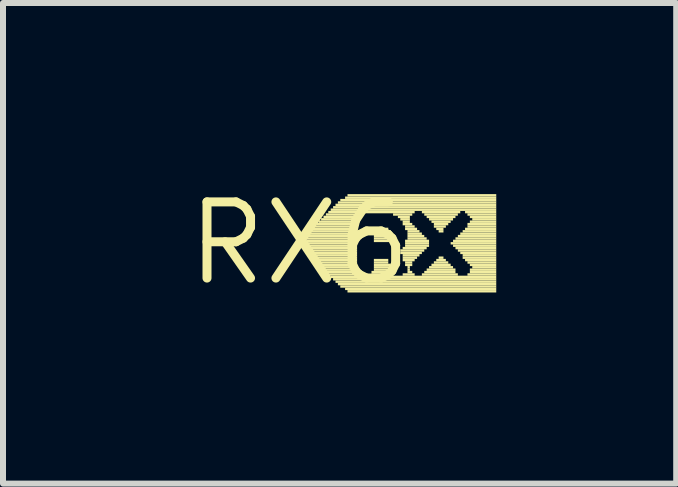
<source format=kicad_pcb>
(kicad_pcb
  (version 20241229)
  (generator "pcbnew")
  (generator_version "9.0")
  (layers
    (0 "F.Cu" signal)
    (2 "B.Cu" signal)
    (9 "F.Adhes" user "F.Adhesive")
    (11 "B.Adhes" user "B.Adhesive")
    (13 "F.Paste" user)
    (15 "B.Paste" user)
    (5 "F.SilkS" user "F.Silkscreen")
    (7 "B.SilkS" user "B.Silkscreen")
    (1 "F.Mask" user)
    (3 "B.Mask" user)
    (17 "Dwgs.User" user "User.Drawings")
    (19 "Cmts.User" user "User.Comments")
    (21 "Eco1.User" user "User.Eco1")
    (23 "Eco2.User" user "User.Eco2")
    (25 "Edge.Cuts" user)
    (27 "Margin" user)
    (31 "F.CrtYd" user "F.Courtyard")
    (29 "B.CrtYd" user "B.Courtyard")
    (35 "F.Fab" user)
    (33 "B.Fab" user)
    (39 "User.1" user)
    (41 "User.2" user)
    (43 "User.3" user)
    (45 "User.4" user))
  (footprint "RX6"
    (layer "F.Cu")
    (at 1.943 1.006)
    (property "Reference" "RX6" (at 0 0 0) (layer "F.SilkS") (effects (font (size 1.27 1.27) (thickness 0.15))))
    (attr through_hole)
    (fp_poly (pts (xy 0.12 -0.1) (xy 0.96 -0.1) (xy 0.96 -0.14) (xy 0.12 -0.14)) (stroke (width 0) (type solid)) (fill yes) (layer "F.SilkS"))
    (fp_poly (pts (xy 0.12 -0.06) (xy 0.96 -0.06) (xy 0.96 -0.1) (xy 0.12 -0.1)) (stroke (width 0) (type solid)) (fill yes) (layer "F.SilkS"))
    (fp_poly (pts (xy 0.12 -0.02) (xy 0.96 -0.02) (xy 0.96 -0.06) (xy 0.12 -0.06)) (stroke (width 0) (type solid)) (fill yes) (layer "F.SilkS"))
    (fp_poly (pts (xy 0.12 0.02) (xy 0.96 0.02) (xy 0.96 -0.02) (xy 0.12 -0.02)) (stroke (width 0) (type solid)) (fill yes) (layer "F.SilkS"))
    (fp_poly (pts (xy 0.12 0.06) (xy 0.96 0.06) (xy 0.96 0.02) (xy 0.12 0.02)) (stroke (width 0) (type solid)) (fill yes) (layer "F.SilkS"))
    (fp_poly (pts (xy 0.12 0.1) (xy 0.96 0.1) (xy 0.96 0.06) (xy 0.12 0.06)) (stroke (width 0) (type solid)) (fill yes) (layer "F.SilkS"))
    (fp_poly (pts (xy 0.12 0.14) (xy 0.96 0.14) (xy 0.96 0.1) (xy 0.12 0.1)) (stroke (width 0) (type solid)) (fill yes) (layer "F.SilkS"))
    (fp_poly (pts (xy 0.16 -0.14) (xy 0.96 -0.14) (xy 0.96 -0.18) (xy 0.16 -0.18)) (stroke (width 0) (type solid)) (fill yes) (layer "F.SilkS"))
    (fp_poly (pts (xy 0.16 0.18) (xy 0.96 0.18) (xy 0.96 0.14) (xy 0.16 0.14)) (stroke (width 0) (type solid)) (fill yes) (layer "F.SilkS"))
    (fp_poly (pts (xy 0.2 -0.22) (xy 0.96 -0.22) (xy 0.96 -0.26) (xy 0.2 -0.26)) (stroke (width 0) (type solid)) (fill yes) (layer "F.SilkS"))
    (fp_poly (pts (xy 0.2 -0.18) (xy 0.96 -0.18) (xy 0.96 -0.22) (xy 0.2 -0.22)) (stroke (width 0) (type solid)) (fill yes) (layer "F.SilkS"))
    (fp_poly (pts (xy 0.2 0.22) (xy 0.96 0.22) (xy 0.96 0.18) (xy 0.2 0.18)) (stroke (width 0) (type solid)) (fill yes) (layer "F.SilkS"))
    (fp_poly (pts (xy 0.2 0.26) (xy 0.96 0.26) (xy 0.96 0.22) (xy 0.2 0.22)) (stroke (width 0) (type solid)) (fill yes) (layer "F.SilkS"))
    (fp_poly (pts (xy 0.24 -0.26) (xy 0.96 -0.26) (xy 0.96 -0.3) (xy 0.24 -0.3)) (stroke (width 0) (type solid)) (fill yes) (layer "F.SilkS"))
    (fp_poly (pts (xy 0.24 0.3) (xy 0.96 0.3) (xy 0.96 0.26) (xy 0.24 0.26)) (stroke (width 0) (type solid)) (fill yes) (layer "F.SilkS"))
    (fp_poly (pts (xy 0.28 -0.3) (xy 0.96 -0.3) (xy 0.96 -0.34) (xy 0.28 -0.34)) (stroke (width 0) (type solid)) (fill yes) (layer "F.SilkS"))
    (fp_poly (pts (xy 0.28 0.34) (xy 0.96 0.34) (xy 0.96 0.3) (xy 0.28 0.3)) (stroke (width 0) (type solid)) (fill yes) (layer "F.SilkS"))
    (fp_poly (pts (xy 0.32 -0.34) (xy 0.96 -0.34) (xy 0.96 -0.38) (xy 0.32 -0.38)) (stroke (width 0) (type solid)) (fill yes) (layer "F.SilkS"))
    (fp_poly (pts (xy 0.32 0.38) (xy 0.96 0.38) (xy 0.96 0.34) (xy 0.32 0.34)) (stroke (width 0) (type solid)) (fill yes) (layer "F.SilkS"))
    (fp_poly (pts (xy 0.36 -0.38) (xy 0.96 -0.38) (xy 0.96 -0.42) (xy 0.36 -0.42)) (stroke (width 0) (type solid)) (fill yes) (layer "F.SilkS"))
    (fp_poly (pts (xy 0.36 0.42) (xy 0.96 0.42) (xy 0.96 0.38) (xy 0.36 0.38)) (stroke (width 0) (type solid)) (fill yes) (layer "F.SilkS"))
    (fp_poly (pts (xy 0.4 -0.42) (xy 0.96 -0.42) (xy 0.96 -0.46) (xy 0.4 -0.46)) (stroke (width 0) (type solid)) (fill yes) (layer "F.SilkS"))
    (fp_poly (pts (xy 0.4 0.46) (xy 0.96 0.46) (xy 0.96 0.42) (xy 0.4 0.42)) (stroke (width 0) (type solid)) (fill yes) (layer "F.SilkS"))
    (fp_poly (pts (xy 0.44 -0.46) (xy 1 -0.46) (xy 1 -0.5) (xy 0.44 -0.5)) (stroke (width 0) (type solid)) (fill yes) (layer "F.SilkS"))
    (fp_poly (pts (xy 0.44 0.5) (xy 1 0.5) (xy 1 0.46) (xy 0.44 0.46)) (stroke (width 0) (type solid)) (fill yes) (layer "F.SilkS"))
    (fp_poly (pts (xy 0.48 -0.5) (xy 1.92 -0.5) (xy 1.92 -0.54) (xy 0.48 -0.54)) (stroke (width 0) (type solid)) (fill yes) (layer "F.SilkS"))
    (fp_poly (pts (xy 0.48 0.54) (xy 1 0.54) (xy 1 0.5) (xy 0.48 0.5)) (stroke (width 0) (type solid)) (fill yes) (layer "F.SilkS"))
    (fp_poly (pts (xy 0.52 -0.54) (xy 3.28 -0.54) (xy 3.28 -0.58) (xy 0.52 -0.58)) (stroke (width 0) (type solid)) (fill yes) (layer "F.SilkS"))
    (fp_poly (pts (xy 0.52 0.58) (xy 3.28 0.58) (xy 3.28 0.54) (xy 0.52 0.54)) (stroke (width 0) (type solid)) (fill yes) (layer "F.SilkS"))
    (fp_poly (pts (xy 0.56 -0.58) (xy 3.28 -0.58) (xy 3.28 -0.62) (xy 0.56 -0.62)) (stroke (width 0) (type solid)) (fill yes) (layer "F.SilkS"))
    (fp_poly (pts (xy 0.56 0.62) (xy 3.28 0.62) (xy 3.28 0.58) (xy 0.56 0.58)) (stroke (width 0) (type solid)) (fill yes) (layer "F.SilkS"))
    (fp_poly (pts (xy 0.6 -0.62) (xy 3.28 -0.62) (xy 3.28 -0.66) (xy 0.6 -0.66)) (stroke (width 0) (type solid)) (fill yes) (layer "F.SilkS"))
    (fp_poly (pts (xy 0.6 0.66) (xy 3.28 0.66) (xy 3.28 0.62) (xy 0.6 0.62)) (stroke (width 0) (type solid)) (fill yes) (layer "F.SilkS"))
    (fp_poly (pts (xy 0.64 -0.66) (xy 3.28 -0.66) (xy 3.28 -0.7) (xy 0.64 -0.7)) (stroke (width 0) (type solid)) (fill yes) (layer "F.SilkS"))
    (fp_poly (pts (xy 0.64 0.7) (xy 3.28 0.7) (xy 3.28 0.66) (xy 0.64 0.66)) (stroke (width 0) (type solid)) (fill yes) (layer "F.SilkS"))
    (fp_poly (pts (xy 0.68 -0.7) (xy 3.28 -0.7) (xy 3.28 -0.74) (xy 0.68 -0.74)) (stroke (width 0) (type solid)) (fill yes) (layer "F.SilkS"))
    (fp_poly (pts (xy 0.68 0.74) (xy 3.28 0.74) (xy 3.28 0.7) (xy 0.68 0.7)) (stroke (width 0) (type solid)) (fill yes) (layer "F.SilkS"))
    (fp_poly (pts (xy 0.76 -0.74) (xy 3.28 -0.74) (xy 3.28 -0.78) (xy 0.76 -0.78)) (stroke (width 0) (type solid)) (fill yes) (layer "F.SilkS"))
    (fp_poly (pts (xy 0.76 0.78) (xy 3.28 0.78) (xy 3.28 0.74) (xy 0.76 0.74)) (stroke (width 0) (type solid)) (fill yes) (layer "F.SilkS"))
    (fp_poly (pts (xy 0.8 -0.78) (xy 3.28 -0.78) (xy 3.28 -0.82) (xy 0.8 -0.82)) (stroke (width 0) (type solid)) (fill yes) (layer "F.SilkS"))
    (fp_poly (pts (xy 0.8 0.82) (xy 3.28 0.82) (xy 3.28 0.78) (xy 0.8 0.78)) (stroke (width 0) (type solid)) (fill yes) (layer "F.SilkS"))
    (fp_poly (pts (xy 1.2 0.5) (xy 1.56 0.5) (xy 1.56 0.46) (xy 1.2 0.46)) (stroke (width 0) (type solid)) (fill yes) (layer "F.SilkS"))
    (fp_poly (pts (xy 1.2 0.54) (xy 1.56 0.54) (xy 1.56 0.5) (xy 1.2 0.5)) (stroke (width 0) (type solid)) (fill yes) (layer "F.SilkS"))
    (fp_poly (pts (xy 1.24 -0.22) (xy 1.48 -0.22) (xy 1.48 -0.26) (xy 1.24 -0.26)) (stroke (width 0) (type solid)) (fill yes) (layer "F.SilkS"))
    (fp_poly (pts (xy 1.24 -0.18) (xy 1.52 -0.18) (xy 1.52 -0.22) (xy 1.24 -0.22)) (stroke (width 0) (type solid)) (fill yes) (layer "F.SilkS"))
    (fp_poly (pts (xy 1.24 -0.14) (xy 1.52 -0.14) (xy 1.52 -0.18) (xy 1.24 -0.18)) (stroke (width 0) (type solid)) (fill yes) (layer "F.SilkS"))
    (fp_poly (pts (xy 1.24 -0.1) (xy 1.52 -0.1) (xy 1.52 -0.14) (xy 1.24 -0.14)) (stroke (width 0) (type solid)) (fill yes) (layer "F.SilkS"))
    (fp_poly (pts (xy 1.24 -0.06) (xy 1.52 -0.06) (xy 1.52 -0.1) (xy 1.24 -0.1)) (stroke (width 0) (type solid)) (fill yes) (layer "F.SilkS"))
    (fp_poly (pts (xy 1.24 -0.02) (xy 1.52 -0.02) (xy 1.52 -0.06) (xy 1.24 -0.06)) (stroke (width 0) (type solid)) (fill yes) (layer "F.SilkS"))
    (fp_poly (pts (xy 1.24 0.3) (xy 1.48 0.3) (xy 1.48 0.26) (xy 1.24 0.26)) (stroke (width 0) (type solid)) (fill yes) (layer "F.SilkS"))
    (fp_poly (pts (xy 1.24 0.34) (xy 1.48 0.34) (xy 1.48 0.3) (xy 1.24 0.3)) (stroke (width 0) (type solid)) (fill yes) (layer "F.SilkS"))
    (fp_poly (pts (xy 1.24 0.38) (xy 1.52 0.38) (xy 1.52 0.34) (xy 1.24 0.34)) (stroke (width 0) (type solid)) (fill yes) (layer "F.SilkS"))
    (fp_poly (pts (xy 1.24 0.42) (xy 1.52 0.42) (xy 1.52 0.38) (xy 1.24 0.38)) (stroke (width 0) (type solid)) (fill yes) (layer "F.SilkS"))
    (fp_poly (pts (xy 1.24 0.46) (xy 1.52 0.46) (xy 1.52 0.42) (xy 1.24 0.42)) (stroke (width 0) (type solid)) (fill yes) (layer "F.SilkS"))
    (fp_poly (pts (xy 1.56 -0.46) (xy 1.88 -0.46) (xy 1.88 -0.5) (xy 1.56 -0.5)) (stroke (width 0) (type solid)) (fill yes) (layer "F.SilkS"))
    (fp_poly (pts (xy 1.64 -0.42) (xy 1.84 -0.42) (xy 1.84 -0.46) (xy 1.64 -0.46)) (stroke (width 0) (type solid)) (fill yes) (layer "F.SilkS"))
    (fp_poly (pts (xy 1.68 -0.38) (xy 1.84 -0.38) (xy 1.84 -0.42) (xy 1.68 -0.42)) (stroke (width 0) (type solid)) (fill yes) (layer "F.SilkS"))
    (fp_poly (pts (xy 1.68 0.14) (xy 2.08 0.14) (xy 2.08 0.1) (xy 1.68 0.1)) (stroke (width 0) (type solid)) (fill yes) (layer "F.SilkS"))
    (fp_poly (pts (xy 1.68 0.18) (xy 2.04 0.18) (xy 2.04 0.14) (xy 1.68 0.14)) (stroke (width 0) (type solid)) (fill yes) (layer "F.SilkS"))
    (fp_poly (pts (xy 1.72 -0.34) (xy 1.84 -0.34) (xy 1.84 -0.38) (xy 1.72 -0.38)) (stroke (width 0) (type solid)) (fill yes) (layer "F.SilkS"))
    (fp_poly (pts (xy 1.72 -0.3) (xy 1.88 -0.3) (xy 1.88 -0.34) (xy 1.72 -0.34)) (stroke (width 0) (type solid)) (fill yes) (layer "F.SilkS"))
    (fp_poly (pts (xy 1.72 0.1) (xy 2.12 0.1) (xy 2.12 0.06) (xy 1.72 0.06)) (stroke (width 0) (type solid)) (fill yes) (layer "F.SilkS"))
    (fp_poly (pts (xy 1.72 0.22) (xy 2 0.22) (xy 2 0.18) (xy 1.72 0.18)) (stroke (width 0) (type solid)) (fill yes) (layer "F.SilkS"))
    (fp_poly (pts (xy 1.72 0.26) (xy 1.96 0.26) (xy 1.96 0.22) (xy 1.72 0.22)) (stroke (width 0) (type solid)) (fill yes) (layer "F.SilkS"))
    (fp_poly (pts (xy 1.72 0.3) (xy 1.92 0.3) (xy 1.92 0.26) (xy 1.72 0.26)) (stroke (width 0) (type solid)) (fill yes) (layer "F.SilkS"))
    (fp_poly (pts (xy 1.72 0.54) (xy 1.92 0.54) (xy 1.92 0.5) (xy 1.72 0.5)) (stroke (width 0) (type solid)) (fill yes) (layer "F.SilkS"))
    (fp_poly (pts (xy 1.76 -0.26) (xy 1.92 -0.26) (xy 1.92 -0.3) (xy 1.76 -0.3)) (stroke (width 0) (type solid)) (fill yes) (layer "F.SilkS"))
    (fp_poly (pts (xy 1.76 -0.22) (xy 1.96 -0.22) (xy 1.96 -0.26) (xy 1.76 -0.26)) (stroke (width 0) (type solid)) (fill yes) (layer "F.SilkS"))
    (fp_poly (pts (xy 1.76 -0.02) (xy 2.16 -0.02) (xy 2.16 -0.06) (xy 1.76 -0.06)) (stroke (width 0) (type solid)) (fill yes) (layer "F.SilkS"))
    (fp_poly (pts (xy 1.76 0.02) (xy 2.16 0.02) (xy 2.16 -0.02) (xy 1.76 -0.02)) (stroke (width 0) (type solid)) (fill yes) (layer "F.SilkS"))
    (fp_poly (pts (xy 1.76 0.06) (xy 2.16 0.06) (xy 2.16 0.02) (xy 1.76 0.02)) (stroke (width 0) (type solid)) (fill yes) (layer "F.SilkS"))
    (fp_poly (pts (xy 1.76 0.34) (xy 1.88 0.34) (xy 1.88 0.3) (xy 1.76 0.3)) (stroke (width 0) (type solid)) (fill yes) (layer "F.SilkS"))
    (fp_poly (pts (xy 1.76 0.38) (xy 1.88 0.38) (xy 1.88 0.34) (xy 1.76 0.34)) (stroke (width 0) (type solid)) (fill yes) (layer "F.SilkS"))
    (fp_poly (pts (xy 1.8 -0.18) (xy 2 -0.18) (xy 2 -0.22) (xy 1.8 -0.22)) (stroke (width 0) (type solid)) (fill yes) (layer "F.SilkS"))
    (fp_poly (pts (xy 1.8 -0.14) (xy 2.04 -0.14) (xy 2.04 -0.18) (xy 1.8 -0.18)) (stroke (width 0) (type solid)) (fill yes) (layer "F.SilkS"))
    (fp_poly (pts (xy 1.8 -0.1) (xy 2.08 -0.1) (xy 2.08 -0.14) (xy 1.8 -0.14)) (stroke (width 0) (type solid)) (fill yes) (layer "F.SilkS"))
    (fp_poly (pts (xy 1.8 -0.06) (xy 2.12 -0.06) (xy 2.12 -0.1) (xy 1.8 -0.1)) (stroke (width 0) (type solid)) (fill yes) (layer "F.SilkS"))
    (fp_poly (pts (xy 1.8 0.42) (xy 1.84 0.42) (xy 1.84 0.38) (xy 1.8 0.38)) (stroke (width 0) (type solid)) (fill yes) (layer "F.SilkS"))
    (fp_poly (pts (xy 1.8 0.46) (xy 1.84 0.46) (xy 1.84 0.42) (xy 1.8 0.42)) (stroke (width 0) (type solid)) (fill yes) (layer "F.SilkS"))
    (fp_poly (pts (xy 1.8 0.5) (xy 1.88 0.5) (xy 1.88 0.46) (xy 1.8 0.46)) (stroke (width 0) (type solid)) (fill yes) (layer "F.SilkS"))
    (fp_poly (pts (xy 2.04 -0.5) (xy 2.68 -0.5) (xy 2.68 -0.54) (xy 2.04 -0.54)) (stroke (width 0) (type solid)) (fill yes) (layer "F.SilkS"))
    (fp_poly (pts (xy 2.04 0.54) (xy 2.64 0.54) (xy 2.64 0.5) (xy 2.04 0.5)) (stroke (width 0) (type solid)) (fill yes) (layer "F.SilkS"))
    (fp_poly (pts (xy 2.08 -0.46) (xy 2.64 -0.46) (xy 2.64 -0.5) (xy 2.08 -0.5)) (stroke (width 0) (type solid)) (fill yes) (layer "F.SilkS"))
    (fp_poly (pts (xy 2.08 0.5) (xy 2.6 0.5) (xy 2.6 0.46) (xy 2.08 0.46)) (stroke (width 0) (type solid)) (fill yes) (layer "F.SilkS"))
    (fp_poly (pts (xy 2.12 -0.42) (xy 2.6 -0.42) (xy 2.6 -0.46) (xy 2.12 -0.46)) (stroke (width 0) (type solid)) (fill yes) (layer "F.SilkS"))
    (fp_poly (pts (xy 2.12 0.46) (xy 2.6 0.46) (xy 2.6 0.42) (xy 2.12 0.42)) (stroke (width 0) (type solid)) (fill yes) (layer "F.SilkS"))
    (fp_poly (pts (xy 2.16 -0.38) (xy 2.56 -0.38) (xy 2.56 -0.42) (xy 2.16 -0.42)) (stroke (width 0) (type solid)) (fill yes) (layer "F.SilkS"))
    (fp_poly (pts (xy 2.16 0.42) (xy 2.56 0.42) (xy 2.56 0.38) (xy 2.16 0.38)) (stroke (width 0) (type solid)) (fill yes) (layer "F.SilkS"))
    (fp_poly (pts (xy 2.2 -0.34) (xy 2.52 -0.34) (xy 2.52 -0.38) (xy 2.2 -0.38)) (stroke (width 0) (type solid)) (fill yes) (layer "F.SilkS"))
    (fp_poly (pts (xy 2.2 0.38) (xy 2.52 0.38) (xy 2.52 0.34) (xy 2.2 0.34)) (stroke (width 0) (type solid)) (fill yes) (layer "F.SilkS"))
    (fp_poly (pts (xy 2.24 -0.3) (xy 2.48 -0.3) (xy 2.48 -0.34) (xy 2.24 -0.34)) (stroke (width 0) (type solid)) (fill yes) (layer "F.SilkS"))
    (fp_poly (pts (xy 2.24 -0.26) (xy 2.44 -0.26) (xy 2.44 -0.3) (xy 2.24 -0.3)) (stroke (width 0) (type solid)) (fill yes) (layer "F.SilkS"))
    (fp_poly (pts (xy 2.24 0.34) (xy 2.48 0.34) (xy 2.48 0.3) (xy 2.24 0.3)) (stroke (width 0) (type solid)) (fill yes) (layer "F.SilkS"))
    (fp_poly (pts (xy 2.28 -0.22) (xy 2.4 -0.22) (xy 2.4 -0.26) (xy 2.28 -0.26)) (stroke (width 0) (type solid)) (fill yes) (layer "F.SilkS"))
    (fp_poly (pts (xy 2.28 0.3) (xy 2.44 0.3) (xy 2.44 0.26) (xy 2.28 0.26)) (stroke (width 0) (type solid)) (fill yes) (layer "F.SilkS"))
    (fp_poly (pts (xy 2.32 -0.18) (xy 2.4 -0.18) (xy 2.4 -0.22) (xy 2.32 -0.22)) (stroke (width 0) (type solid)) (fill yes) (layer "F.SilkS"))
    (fp_poly (pts (xy 2.32 0.26) (xy 2.4 0.26) (xy 2.4 0.22) (xy 2.32 0.22)) (stroke (width 0) (type solid)) (fill yes) (layer "F.SilkS"))
    (fp_poly (pts (xy 2.52 0.02) (xy 3.28 0.02) (xy 3.28 -0.02) (xy 2.52 -0.02)) (stroke (width 0) (type solid)) (fill yes) (layer "F.SilkS"))
    (fp_poly (pts (xy 2.56 -0.02) (xy 3.28 -0.02) (xy 3.28 -0.06) (xy 2.56 -0.06)) (stroke (width 0) (type solid)) (fill yes) (layer "F.SilkS"))
    (fp_poly (pts (xy 2.56 0.06) (xy 3.28 0.06) (xy 3.28 0.02) (xy 2.56 0.02)) (stroke (width 0) (type solid)) (fill yes) (layer "F.SilkS"))
    (fp_poly (pts (xy 2.6 -0.06) (xy 3.28 -0.06) (xy 3.28 -0.1) (xy 2.6 -0.1)) (stroke (width 0) (type solid)) (fill yes) (layer "F.SilkS"))
    (fp_poly (pts (xy 2.6 0.1) (xy 3.28 0.1) (xy 3.28 0.06) (xy 2.6 0.06)) (stroke (width 0) (type solid)) (fill yes) (layer "F.SilkS"))
    (fp_poly (pts (xy 2.64 -0.1) (xy 3.28 -0.1) (xy 3.28 -0.14) (xy 2.64 -0.14)) (stroke (width 0) (type solid)) (fill yes) (layer "F.SilkS"))
    (fp_poly (pts (xy 2.64 0.14) (xy 3.28 0.14) (xy 3.28 0.1) (xy 2.64 0.1)) (stroke (width 0) (type solid)) (fill yes) (layer "F.SilkS"))
    (fp_poly (pts (xy 2.68 -0.14) (xy 3.28 -0.14) (xy 3.28 -0.18) (xy 2.68 -0.18)) (stroke (width 0) (type solid)) (fill yes) (layer "F.SilkS"))
    (fp_poly (pts (xy 2.68 0.18) (xy 3.28 0.18) (xy 3.28 0.14) (xy 2.68 0.14)) (stroke (width 0) (type solid)) (fill yes) (layer "F.SilkS"))
    (fp_poly (pts (xy 2.72 -0.18) (xy 3.28 -0.18) (xy 3.28 -0.22) (xy 2.72 -0.22)) (stroke (width 0) (type solid)) (fill yes) (layer "F.SilkS"))
    (fp_poly (pts (xy 2.72 0.22) (xy 3.28 0.22) (xy 3.28 0.18) (xy 2.72 0.18)) (stroke (width 0) (type solid)) (fill yes) (layer "F.SilkS"))
    (fp_poly (pts (xy 2.72 0.26) (xy 3.28 0.26) (xy 3.28 0.22) (xy 2.72 0.22)) (stroke (width 0) (type solid)) (fill yes) (layer "F.SilkS"))
    (fp_poly (pts (xy 2.76 -0.5) (xy 3.28 -0.5) (xy 3.28 -0.54) (xy 2.76 -0.54)) (stroke (width 0) (type solid)) (fill yes) (layer "F.SilkS"))
    (fp_poly (pts (xy 2.76 -0.22) (xy 3.28 -0.22) (xy 3.28 -0.26) (xy 2.76 -0.26)) (stroke (width 0) (type solid)) (fill yes) (layer "F.SilkS"))
    (fp_poly (pts (xy 2.76 0.3) (xy 3.28 0.3) (xy 3.28 0.26) (xy 2.76 0.26)) (stroke (width 0) (type solid)) (fill yes) (layer "F.SilkS"))
    (fp_poly (pts (xy 2.8 -0.46) (xy 3.28 -0.46) (xy 3.28 -0.5) (xy 2.8 -0.5)) (stroke (width 0) (type solid)) (fill yes) (layer "F.SilkS"))
    (fp_poly (pts (xy 2.8 -0.3) (xy 3.28 -0.3) (xy 3.28 -0.34) (xy 2.8 -0.34)) (stroke (width 0) (type solid)) (fill yes) (layer "F.SilkS"))
    (fp_poly (pts (xy 2.8 -0.26) (xy 3.28 -0.26) (xy 3.28 -0.3) (xy 2.8 -0.3)) (stroke (width 0) (type solid)) (fill yes) (layer "F.SilkS"))
    (fp_poly (pts (xy 2.8 0.34) (xy 3.28 0.34) (xy 3.28 0.3) (xy 2.8 0.3)) (stroke (width 0) (type solid)) (fill yes) (layer "F.SilkS"))
    (fp_poly (pts (xy 2.8 0.54) (xy 3.28 0.54) (xy 3.28 0.5) (xy 2.8 0.5)) (stroke (width 0) (type solid)) (fill yes) (layer "F.SilkS"))
    (fp_poly (pts (xy 2.84 -0.42) (xy 3.28 -0.42) (xy 3.28 -0.46) (xy 2.84 -0.46)) (stroke (width 0) (type solid)) (fill yes) (layer "F.SilkS"))
    (fp_poly (pts (xy 2.84 -0.34) (xy 3.28 -0.34) (xy 3.28 -0.38) (xy 2.84 -0.38)) (stroke (width 0) (type solid)) (fill yes) (layer "F.SilkS"))
    (fp_poly (pts (xy 2.84 0.38) (xy 3.28 0.38) (xy 3.28 0.34) (xy 2.84 0.34)) (stroke (width 0) (type solid)) (fill yes) (layer "F.SilkS"))
    (fp_poly (pts (xy 2.84 0.46) (xy 3.28 0.46) (xy 3.28 0.42) (xy 2.84 0.42)) (stroke (width 0) (type solid)) (fill yes) (layer "F.SilkS"))
    (fp_poly (pts (xy 2.84 0.5) (xy 3.28 0.5) (xy 3.28 0.46) (xy 2.84 0.46)) (stroke (width 0) (type solid)) (fill yes) (layer "F.SilkS"))
    (fp_poly (pts (xy 2.88 -0.38) (xy 3.28 -0.38) (xy 3.28 -0.42) (xy 2.88 -0.42)) (stroke (width 0) (type solid)) (fill yes) (layer "F.SilkS"))
    (fp_poly (pts (xy 2.88 0.42) (xy 3.28 0.42) (xy 3.28 0.38) (xy 2.88 0.38)) (stroke (width 0) (type solid)) (fill yes) (layer "F.SilkS")))
  (gr_rect
    (start -3 -3)
    (end 8.223 5.012)
    (stroke (width 0.1) (type default))
    (fill no)
    (layer "Edge.Cuts")))
</source>
